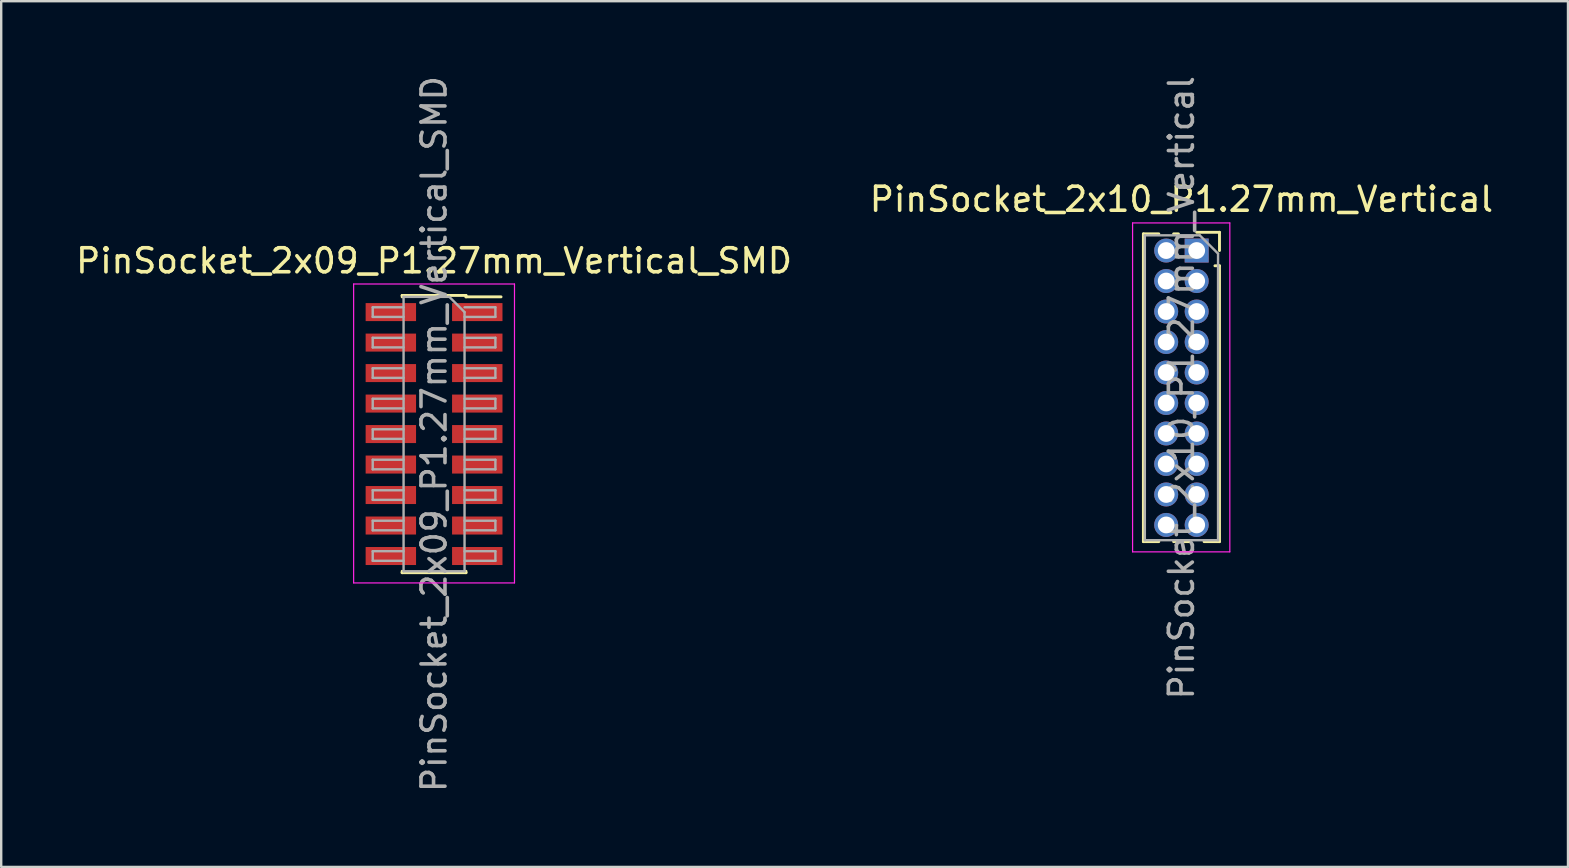
<source format=kicad_pcb>
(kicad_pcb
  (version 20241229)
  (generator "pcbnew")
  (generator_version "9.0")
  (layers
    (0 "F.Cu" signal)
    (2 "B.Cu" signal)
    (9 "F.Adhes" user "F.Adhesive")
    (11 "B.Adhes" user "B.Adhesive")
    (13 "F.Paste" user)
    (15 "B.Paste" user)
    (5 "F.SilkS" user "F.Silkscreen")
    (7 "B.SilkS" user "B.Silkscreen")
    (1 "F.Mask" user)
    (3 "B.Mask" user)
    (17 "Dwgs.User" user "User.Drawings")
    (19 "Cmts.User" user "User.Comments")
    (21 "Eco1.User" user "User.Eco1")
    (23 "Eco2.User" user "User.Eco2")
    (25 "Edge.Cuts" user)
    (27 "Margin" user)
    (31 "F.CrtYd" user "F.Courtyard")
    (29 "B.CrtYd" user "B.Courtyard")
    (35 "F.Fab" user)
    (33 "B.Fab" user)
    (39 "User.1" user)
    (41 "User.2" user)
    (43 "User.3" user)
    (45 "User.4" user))
  (footprint "PinSocket_2x09_P1.27mm_Vertical_SMD"
    (layer "F.Cu")
    (at 15.03 15.03)
    (property "Reference" "PinSocket_2x09_P1.27mm_Vertical_SMD" (at 0 -7.215 0) (layer "F.SilkS") (effects (font (size 1 1) (thickness 0.15))))
    (attr smd)
    (fp_line (start -1.33 -5.775) (end -1.33 -5.715) (stroke (width 0.12) (type solid)) (layer "F.SilkS"))
    (fp_line (start -1.33 -5.775) (end 1.33 -5.775) (stroke (width 0.12) (type solid)) (layer "F.SilkS"))
    (fp_line (start -1.33 5.715) (end -1.33 5.775) (stroke (width 0.12) (type solid)) (layer "F.SilkS"))
    (fp_line (start -1.33 5.775) (end 1.33 5.775) (stroke (width 0.12) (type solid)) (layer "F.SilkS"))
    (fp_line (start 1.33 -5.775) (end 1.33 -5.715) (stroke (width 0.12) (type solid)) (layer "F.SilkS"))
    (fp_line (start 1.33 -5.715) (end 2.79 -5.715) (stroke (width 0.12) (type solid)) (layer "F.SilkS"))
    (fp_line (start 1.33 5.715) (end 1.33 5.775) (stroke (width 0.12) (type solid)) (layer "F.SilkS"))
    (fp_line (start -3.35 -6.25) (end 3.35 -6.25) (stroke (width 0.05) (type solid)) (layer "F.CrtYd"))
    (fp_line (start -3.35 6.2) (end -3.35 -6.25) (stroke (width 0.05) (type solid)) (layer "F.CrtYd"))
    (fp_line (start 3.35 -6.25) (end 3.35 6.2) (stroke (width 0.05) (type solid)) (layer "F.CrtYd"))
    (fp_line (start 3.35 6.2) (end -3.35 6.2) (stroke (width 0.05) (type solid)) (layer "F.CrtYd"))
    (fp_line (start -2.555 -5.28) (end -1.27 -5.28) (stroke (width 0.1) (type solid)) (layer "F.Fab"))
    (fp_line (start -2.555 -4.88) (end -2.555 -5.28) (stroke (width 0.1) (type solid)) (layer "F.Fab"))
    (fp_line (start -2.555 -4.01) (end -1.27 -4.01) (stroke (width 0.1) (type solid)) (layer "F.Fab"))
    (fp_line (start -2.555 -3.61) (end -2.555 -4.01) (stroke (width 0.1) (type solid)) (layer "F.Fab"))
    (fp_line (start -2.555 -2.74) (end -1.27 -2.74) (stroke (width 0.1) (type solid)) (layer "F.Fab"))
    (fp_line (start -2.555 -2.34) (end -2.555 -2.74) (stroke (width 0.1) (type solid)) (layer "F.Fab"))
    (fp_line (start -2.555 -1.47) (end -1.27 -1.47) (stroke (width 0.1) (type solid)) (layer "F.Fab"))
    (fp_line (start -2.555 -1.07) (end -2.555 -1.47) (stroke (width 0.1) (type solid)) (layer "F.Fab"))
    (fp_line (start -2.555 -0.2) (end -1.27 -0.2) (stroke (width 0.1) (type solid)) (layer "F.Fab"))
    (fp_line (start -2.555 0.2) (end -2.555 -0.2) (stroke (width 0.1) (type solid)) (layer "F.Fab"))
    (fp_line (start -2.555 1.07) (end -1.27 1.07) (stroke (width 0.1) (type solid)) (layer "F.Fab"))
    (fp_line (start -2.555 1.47) (end -2.555 1.07) (stroke (width 0.1) (type solid)) (layer "F.Fab"))
    (fp_line (start -2.555 2.34) (end -1.27 2.34) (stroke (width 0.1) (type solid)) (layer "F.Fab"))
    (fp_line (start -2.555 2.74) (end -2.555 2.34) (stroke (width 0.1) (type solid)) (layer "F.Fab"))
    (fp_line (start -2.555 3.61) (end -1.27 3.61) (stroke (width 0.1) (type solid)) (layer "F.Fab"))
    (fp_line (start -2.555 4.01) (end -2.555 3.61) (stroke (width 0.1) (type solid)) (layer "F.Fab"))
    (fp_line (start -2.555 4.88) (end -1.27 4.88) (stroke (width 0.1) (type solid)) (layer "F.Fab"))
    (fp_line (start -2.555 5.28) (end -2.555 4.88) (stroke (width 0.1) (type solid)) (layer "F.Fab"))
    (fp_line (start -1.27 -5.715) (end 0.635 -5.715) (stroke (width 0.1) (type solid)) (layer "F.Fab"))
    (fp_line (start -1.27 -4.88) (end -2.555 -4.88) (stroke (width 0.1) (type solid)) (layer "F.Fab"))
    (fp_line (start -1.27 -3.61) (end -2.555 -3.61) (stroke (width 0.1) (type solid)) (layer "F.Fab"))
    (fp_line (start -1.27 -2.34) (end -2.555 -2.34) (stroke (width 0.1) (type solid)) (layer "F.Fab"))
    (fp_line (start -1.27 -1.07) (end -2.555 -1.07) (stroke (width 0.1) (type solid)) (layer "F.Fab"))
    (fp_line (start -1.27 0.2) (end -2.555 0.2) (stroke (width 0.1) (type solid)) (layer "F.Fab"))
    (fp_line (start -1.27 1.47) (end -2.555 1.47) (stroke (width 0.1) (type solid)) (layer "F.Fab"))
    (fp_line (start -1.27 2.74) (end -2.555 2.74) (stroke (width 0.1) (type solid)) (layer "F.Fab"))
    (fp_line (start -1.27 4.01) (end -2.555 4.01) (stroke (width 0.1) (type solid)) (layer "F.Fab"))
    (fp_line (start -1.27 5.28) (end -2.555 5.28) (stroke (width 0.1) (type solid)) (layer "F.Fab"))
    (fp_line (start -1.27 5.715) (end -1.27 -5.715) (stroke (width 0.1) (type solid)) (layer "F.Fab"))
    (fp_line (start 0.635 -5.715) (end 1.27 -5.08) (stroke (width 0.1) (type solid)) (layer "F.Fab"))
    (fp_line (start 1.27 -5.28) (end 2.555 -5.28) (stroke (width 0.1) (type solid)) (layer "F.Fab"))
    (fp_line (start 1.27 -5.08) (end 1.27 5.715) (stroke (width 0.1) (type solid)) (layer "F.Fab"))
    (fp_line (start 1.27 -4.01) (end 2.555 -4.01) (stroke (width 0.1) (type solid)) (layer "F.Fab"))
    (fp_line (start 1.27 -2.74) (end 2.555 -2.74) (stroke (width 0.1) (type solid)) (layer "F.Fab"))
    (fp_line (start 1.27 -1.47) (end 2.555 -1.47) (stroke (width 0.1) (type solid)) (layer "F.Fab"))
    (fp_line (start 1.27 -0.2) (end 2.555 -0.2) (stroke (width 0.1) (type solid)) (layer "F.Fab"))
    (fp_line (start 1.27 1.07) (end 2.555 1.07) (stroke (width 0.1) (type solid)) (layer "F.Fab"))
    (fp_line (start 1.27 2.34) (end 2.555 2.34) (stroke (width 0.1) (type solid)) (layer "F.Fab"))
    (fp_line (start 1.27 3.61) (end 2.555 3.61) (stroke (width 0.1) (type solid)) (layer "F.Fab"))
    (fp_line (start 1.27 4.88) (end 2.555 4.88) (stroke (width 0.1) (type solid)) (layer "F.Fab"))
    (fp_line (start 1.27 5.715) (end -1.27 5.715) (stroke (width 0.1) (type solid)) (layer "F.Fab"))
    (fp_line (start 2.555 -5.28) (end 2.555 -4.88) (stroke (width 0.1) (type solid)) (layer "F.Fab"))
    (fp_line (start 2.555 -4.88) (end 1.27 -4.88) (stroke (width 0.1) (type solid)) (layer "F.Fab"))
    (fp_line (start 2.555 -4.01) (end 2.555 -3.61) (stroke (width 0.1) (type solid)) (layer "F.Fab"))
    (fp_line (start 2.555 -3.61) (end 1.27 -3.61) (stroke (width 0.1) (type solid)) (layer "F.Fab"))
    (fp_line (start 2.555 -2.74) (end 2.555 -2.34) (stroke (width 0.1) (type solid)) (layer "F.Fab"))
    (fp_line (start 2.555 -2.34) (end 1.27 -2.34) (stroke (width 0.1) (type solid)) (layer "F.Fab"))
    (fp_line (start 2.555 -1.47) (end 2.555 -1.07) (stroke (width 0.1) (type solid)) (layer "F.Fab"))
    (fp_line (start 2.555 -1.07) (end 1.27 -1.07) (stroke (width 0.1) (type solid)) (layer "F.Fab"))
    (fp_line (start 2.555 -0.2) (end 2.555 0.2) (stroke (width 0.1) (type solid)) (layer "F.Fab"))
    (fp_line (start 2.555 0.2) (end 1.27 0.2) (stroke (width 0.1) (type solid)) (layer "F.Fab"))
    (fp_line (start 2.555 1.07) (end 2.555 1.47) (stroke (width 0.1) (type solid)) (layer "F.Fab"))
    (fp_line (start 2.555 1.47) (end 1.27 1.47) (stroke (width 0.1) (type solid)) (layer "F.Fab"))
    (fp_line (start 2.555 2.34) (end 2.555 2.74) (stroke (width 0.1) (type solid)) (layer "F.Fab"))
    (fp_line (start 2.555 2.74) (end 1.27 2.74) (stroke (width 0.1) (type solid)) (layer "F.Fab"))
    (fp_line (start 2.555 3.61) (end 2.555 4.01) (stroke (width 0.1) (type solid)) (layer "F.Fab"))
    (fp_line (start 2.555 4.01) (end 1.27 4.01) (stroke (width 0.1) (type solid)) (layer "F.Fab"))
    (fp_line (start 2.555 4.88) (end 2.555 5.28) (stroke (width 0.1) (type solid)) (layer "F.Fab"))
    (fp_line (start 2.555 5.28) (end 1.27 5.28) (stroke (width 0.1) (type solid)) (layer "F.Fab"))
    (fp_text user "${REFERENCE}" (at 0 0 90) (layer "F.Fab") (effects (font (size 1 1) (thickness 0.15))))
    (pad "1" smd rect (at 1.8 -5.08) (size 2.1 0.75) (layers "F.Cu" "F.Mask" "F.Paste"))
    (pad "2" smd rect (at -1.8 -5.08) (size 2.1 0.75) (layers "F.Cu" "F.Mask" "F.Paste"))
    (pad "3" smd rect (at 1.8 -3.81) (size 2.1 0.75) (layers "F.Cu" "F.Mask" "F.Paste"))
    (pad "4" smd rect (at -1.8 -3.81) (size 2.1 0.75) (layers "F.Cu" "F.Mask" "F.Paste"))
    (pad "5" smd rect (at 1.8 -2.54) (size 2.1 0.75) (layers "F.Cu" "F.Mask" "F.Paste"))
    (pad "6" smd rect (at -1.8 -2.54) (size 2.1 0.75) (layers "F.Cu" "F.Mask" "F.Paste"))
    (pad "7" smd rect (at 1.8 -1.27) (size 2.1 0.75) (layers "F.Cu" "F.Mask" "F.Paste"))
    (pad "8" smd rect (at -1.8 -1.27) (size 2.1 0.75) (layers "F.Cu" "F.Mask" "F.Paste"))
    (pad "9" smd rect (at 1.8 0) (size 2.1 0.75) (layers "F.Cu" "F.Mask" "F.Paste"))
    (pad "10" smd rect (at -1.8 0) (size 2.1 0.75) (layers "F.Cu" "F.Mask" "F.Paste"))
    (pad "11" smd rect (at 1.8 1.27) (size 2.1 0.75) (layers "F.Cu" "F.Mask" "F.Paste"))
    (pad "12" smd rect (at -1.8 1.27) (size 2.1 0.75) (layers "F.Cu" "F.Mask" "F.Paste"))
    (pad "13" smd rect (at 1.8 2.54) (size 2.1 0.75) (layers "F.Cu" "F.Mask" "F.Paste"))
    (pad "14" smd rect (at -1.8 2.54) (size 2.1 0.75) (layers "F.Cu" "F.Mask" "F.Paste"))
    (pad "15" smd rect (at 1.8 3.81) (size 2.1 0.75) (layers "F.Cu" "F.Mask" "F.Paste"))
    (pad "16" smd rect (at -1.8 3.81) (size 2.1 0.75) (layers "F.Cu" "F.Mask" "F.Paste"))
    (pad "17" smd rect (at 1.8 5.08) (size 2.1 0.75) (layers "F.Cu" "F.Mask" "F.Paste"))
    (pad "18" smd rect (at -1.8 5.08) (size 2.1 0.75) (layers "F.Cu" "F.Mask" "F.Paste")))
  (footprint "PinSocket_2x10_P1.27mm_Vertical"
    (layer "F.Cu")
    (at 46.796 7.386)
    (property "Reference" "PinSocket_2x10_P1.27mm_Vertical" (at -0.635 -2.135 0) (layer "F.SilkS") (effects (font (size 1 1) (thickness 0.15))))
    (attr through_hole)
    (fp_line (start -2.22 -0.695) (end -2.22 12.125) (stroke (width 0.12) (type solid)) (layer "F.SilkS"))
    (fp_line (start -2.22 -0.695) (end -1.578 -0.695) (stroke (width 0.12) (type solid)) (layer "F.SilkS"))
    (fp_line (start -2.22 12.125) (end -1.578 12.125) (stroke (width 0.12) (type solid)) (layer "F.SilkS"))
    (fp_line (start -0.962 -0.695) (end -0.76 -0.695) (stroke (width 0.12) (type solid)) (layer "F.SilkS"))
    (fp_line (start -0.962 12.125) (end -0.308 12.125) (stroke (width 0.12) (type solid)) (layer "F.SilkS"))
    (fp_line (start 0 -0.76) (end 0.95 -0.76) (stroke (width 0.12) (type solid)) (layer "F.SilkS"))
    (fp_line (start 0.308 12.125) (end 0.95 12.125) (stroke (width 0.12) (type solid)) (layer "F.SilkS"))
    (fp_line (start 0.76 0.635) (end 0.95 0.635) (stroke (width 0.12) (type solid)) (layer "F.SilkS"))
    (fp_line (start 0.95 -0.76) (end 0.95 0) (stroke (width 0.12) (type solid)) (layer "F.SilkS"))
    (fp_line (start 0.95 0.635) (end 0.95 12.125) (stroke (width 0.12) (type solid)) (layer "F.SilkS"))
    (fp_line (start -2.67 -1.15) (end 1.38 -1.15) (stroke (width 0.05) (type solid)) (layer "F.CrtYd"))
    (fp_line (start -2.67 12.55) (end -2.67 -1.15) (stroke (width 0.05) (type solid)) (layer "F.CrtYd"))
    (fp_line (start 1.38 -1.15) (end 1.38 12.55) (stroke (width 0.05) (type solid)) (layer "F.CrtYd"))
    (fp_line (start 1.38 12.55) (end -2.67 12.55) (stroke (width 0.05) (type solid)) (layer "F.CrtYd"))
    (fp_line (start -2.16 -0.635) (end 0.128 -0.635) (stroke (width 0.1) (type solid)) (layer "F.Fab"))
    (fp_line (start -2.16 12.065) (end -2.16 -0.635) (stroke (width 0.1) (type solid)) (layer "F.Fab"))
    (fp_line (start 0.128 -0.635) (end 0.89 0.128) (stroke (width 0.1) (type solid)) (layer "F.Fab"))
    (fp_line (start 0.89 0.128) (end 0.89 12.065) (stroke (width 0.1) (type solid)) (layer "F.Fab"))
    (fp_line (start 0.89 12.065) (end -2.16 12.065) (stroke (width 0.1) (type solid)) (layer "F.Fab"))
    (fp_text user "${REFERENCE}" (at -0.635 5.715 90) (layer "F.Fab") (effects (font (size 1 1) (thickness 0.15))))
    (pad "1" thru_hole rect (at 0 0) (size 1 1) (drill 0.7) (layers "*.Cu" "*.Mask"))
    (pad "2" thru_hole circle (at -1.27 0) (size 1 1) (drill 0.7) (layers "*.Cu" "*.Mask"))
    (pad "3" thru_hole circle (at 0 1.27) (size 1 1) (drill 0.7) (layers "*.Cu" "*.Mask"))
    (pad "4" thru_hole circle (at -1.27 1.27) (size 1 1) (drill 0.7) (layers "*.Cu" "*.Mask"))
    (pad "5" thru_hole circle (at 0 2.54) (size 1 1) (drill 0.7) (layers "*.Cu" "*.Mask"))
    (pad "6" thru_hole circle (at -1.27 2.54) (size 1 1) (drill 0.7) (layers "*.Cu" "*.Mask"))
    (pad "7" thru_hole circle (at 0 3.81) (size 1 1) (drill 0.7) (layers "*.Cu" "*.Mask"))
    (pad "8" thru_hole circle (at -1.27 3.81) (size 1 1) (drill 0.7) (layers "*.Cu" "*.Mask"))
    (pad "9" thru_hole circle (at 0 5.08) (size 1 1) (drill 0.7) (layers "*.Cu" "*.Mask"))
    (pad "10" thru_hole circle (at -1.27 5.08) (size 1 1) (drill 0.7) (layers "*.Cu" "*.Mask"))
    (pad "11" thru_hole circle (at 0 6.35) (size 1 1) (drill 0.7) (layers "*.Cu" "*.Mask"))
    (pad "12" thru_hole circle (at -1.27 6.35) (size 1 1) (drill 0.7) (layers "*.Cu" "*.Mask"))
    (pad "13" thru_hole circle (at 0 7.62) (size 1 1) (drill 0.7) (layers "*.Cu" "*.Mask"))
    (pad "14" thru_hole circle (at -1.27 7.62) (size 1 1) (drill 0.7) (layers "*.Cu" "*.Mask"))
    (pad "15" thru_hole circle (at 0 8.89) (size 1 1) (drill 0.7) (layers "*.Cu" "*.Mask"))
    (pad "16" thru_hole circle (at -1.27 8.89) (size 1 1) (drill 0.7) (layers "*.Cu" "*.Mask"))
    (pad "17" thru_hole circle (at 0 10.16) (size 1 1) (drill 0.7) (layers "*.Cu" "*.Mask"))
    (pad "18" thru_hole circle (at -1.27 10.16) (size 1 1) (drill 0.7) (layers "*.Cu" "*.Mask"))
    (pad "19" thru_hole circle (at 0 11.43) (size 1 1) (drill 0.7) (layers "*.Cu" "*.Mask"))
    (pad "20" thru_hole circle (at -1.27 11.43) (size 1 1) (drill 0.7) (layers "*.Cu" "*.Mask")))
  (gr_rect
    (start -3 -3)
    (end 62.262 33.06)
    (stroke (width 0.1) (type default))
    (fill no)
    (layer "Edge.Cuts")))
</source>
